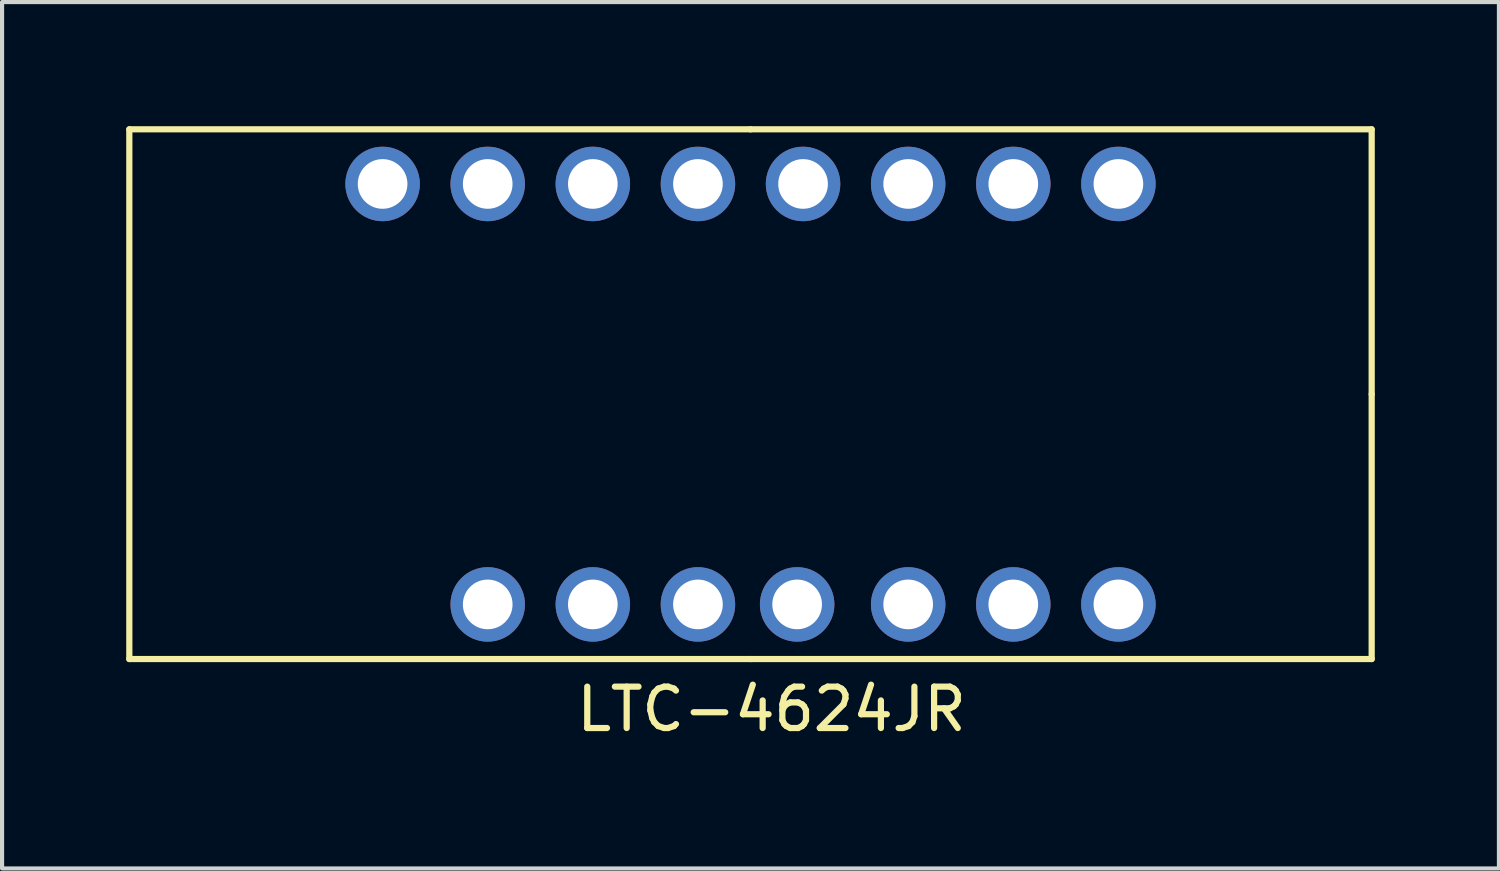
<source format=kicad_pcb>
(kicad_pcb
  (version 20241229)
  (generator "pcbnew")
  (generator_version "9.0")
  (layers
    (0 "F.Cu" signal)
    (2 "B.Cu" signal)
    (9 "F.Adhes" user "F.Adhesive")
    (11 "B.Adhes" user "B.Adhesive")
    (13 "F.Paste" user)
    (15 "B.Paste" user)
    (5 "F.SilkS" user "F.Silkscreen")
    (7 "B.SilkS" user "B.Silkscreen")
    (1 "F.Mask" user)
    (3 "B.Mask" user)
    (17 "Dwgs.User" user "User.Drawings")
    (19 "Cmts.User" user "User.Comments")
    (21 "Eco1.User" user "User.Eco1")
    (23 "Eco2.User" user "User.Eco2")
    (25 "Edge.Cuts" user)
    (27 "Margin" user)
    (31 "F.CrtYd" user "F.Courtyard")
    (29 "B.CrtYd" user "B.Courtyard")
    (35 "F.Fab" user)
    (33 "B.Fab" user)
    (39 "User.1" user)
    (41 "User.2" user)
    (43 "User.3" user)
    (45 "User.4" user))
  (footprint "LTC-4624JR"
    (layer "F.Cu")
    (at 15.085 6.475)
    (property "Reference" "LTC-4624JR" (at 0.508 7.612 0) (layer "F.SilkS") (effects (font (size 1 1) (thickness 0.15))))
    (attr through_hole)
    (fp_line (start -15.01 -6.4) (end -15.01 6.4) (stroke (width 0.15) (type solid)) (layer "F.SilkS"))
    (fp_line (start 0 -6.4) (end -15.01 -6.4) (stroke (width 0.15) (type solid)) (layer "F.SilkS"))
    (fp_line (start 0 -6.4) (end 15.01 -6.4) (stroke (width 0.15) (type solid)) (layer "F.SilkS"))
    (fp_line (start 0 6.4) (end -15.01 6.4) (stroke (width 0.15) (type solid)) (layer "F.SilkS"))
    (fp_line (start 0 6.4) (end 15.01 6.4) (stroke (width 0.15) (type solid)) (layer "F.SilkS"))
    (fp_line (start 15.01 0) (end 15.01 -6.4) (stroke (width 0.15) (type solid)) (layer "F.SilkS"))
    (fp_line (start 15.01 0) (end 15.01 6.4) (stroke (width 0.15) (type solid)) (layer "F.SilkS"))
    (pad "1" thru_hole circle (at -6.35 5.08) (size 1.8 1.8) (drill 1.2) (layers "*.Cu" "*.Mask"))
    (pad "2" thru_hole circle (at -3.81 5.08) (size 1.8 1.8) (drill 1.2) (layers "*.Cu" "*.Mask"))
    (pad "3" thru_hole circle (at -1.27 5.08) (size 1.8 1.8) (drill 1.2) (layers "*.Cu" "*.Mask"))
    (pad "4" thru_hole circle (at 1.127 5.08) (size 1.8 1.8) (drill 1.2) (layers "*.Cu" "*.Mask"))
    (pad "5" thru_hole circle (at 3.81 5.08) (size 1.8 1.8) (drill 1.2) (layers "*.Cu" "*.Mask"))
    (pad "6" thru_hole circle (at 6.35 5.08) (size 1.8 1.8) (drill 1.2) (layers "*.Cu" "*.Mask"))
    (pad "7" thru_hole circle (at 8.89 5.08) (size 1.8 1.8) (drill 1.2) (layers "*.Cu" "*.Mask"))
    (pad "8" thru_hole circle (at 8.89 -5.08) (size 1.8 1.8) (drill 1.2) (layers "*.Cu" "*.Mask"))
    (pad "9" thru_hole circle (at 6.35 -5.08) (size 1.8 1.8) (drill 1.2) (layers "*.Cu" "*.Mask"))
    (pad "10" thru_hole circle (at 3.81 -5.08) (size 1.8 1.8) (drill 1.2) (layers "*.Cu" "*.Mask"))
    (pad "11" thru_hole circle (at 1.27 -5.08) (size 1.8 1.8) (drill 1.2) (layers "*.Cu" "*.Mask"))
    (pad "12" thru_hole circle (at -1.27 -5.08) (size 1.8 1.8) (drill 1.2) (layers "*.Cu" "*.Mask"))
    (pad "13" thru_hole circle (at -3.81 -5.08) (size 1.8 1.8) (drill 1.2) (layers "*.Cu" "*.Mask"))
    (pad "14" thru_hole circle (at -6.35 -5.08) (size 1.8 1.8) (drill 1.2) (layers "*.Cu" "*.Mask"))
    (pad "15" thru_hole circle (at -8.89 -5.08) (size 1.8 1.8) (drill 1.2) (layers "*.Cu" "*.Mask")))
  (gr_rect
    (start -3 -3)
    (end 33.17 17.935)
    (stroke (width 0.1) (type default))
    (fill no)
    (layer "Edge.Cuts")))
</source>
